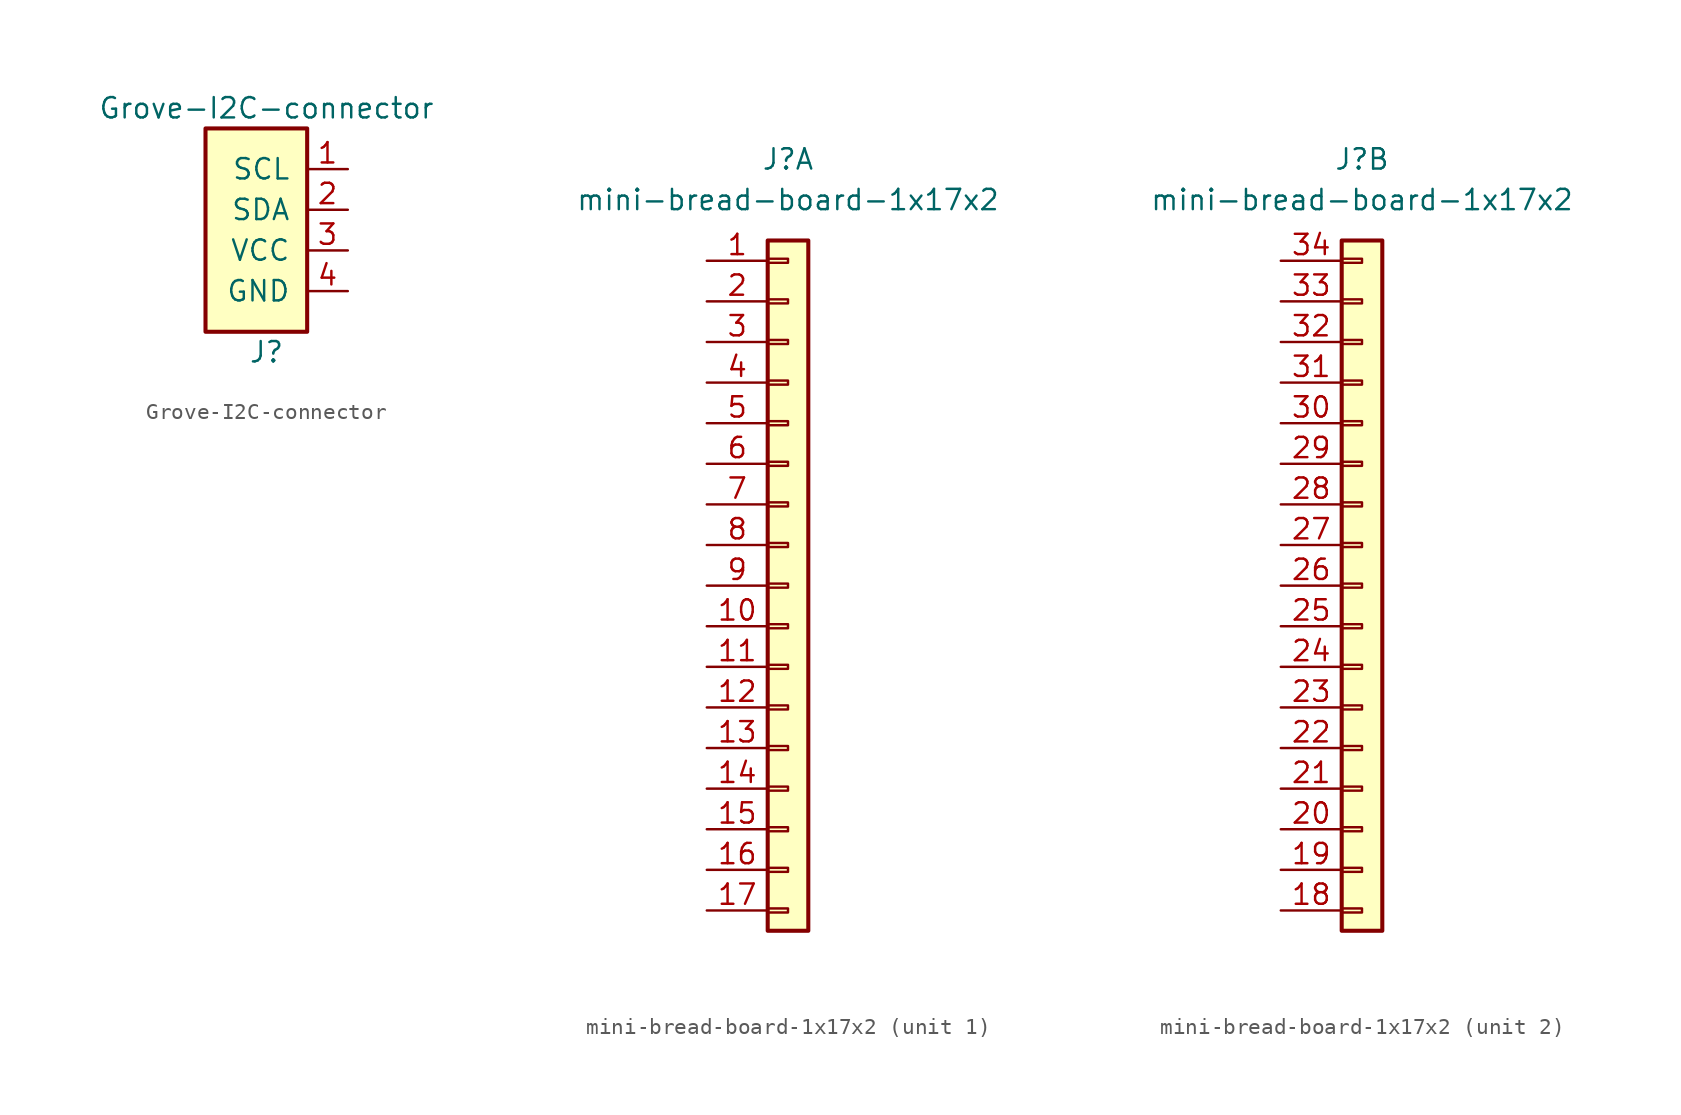
<source format=kicad_sym>
(kicad_symbol_lib
  (version 20211014)
  (generator kicad_symbol_editor)
  (symbol "Grove-I2C-connector"
    (pin_names
      (offset 1.016))
    (property "Reference" "J"
      (at 1.27 -7.62 0)
      (effects (font (size 1.27 1.27))))
    (property "Value" "Grove-I2C-connector"
      (at 1.27 7.62 0)
      (effects (font (size 1.27 1.27))))
    (symbol "Grove-I2C-connector_0_1"
      (rectangle (start -2.54 6.35) (end 3.81 -6.35) (stroke (width 0.254) (type default) (color 0 0 0 0)) (fill (type background))))
    (symbol "Grove-I2C-connector_1_1"
      (pin input line (at 6.35 3.81 180) (length 2.54) (name "SCL" (effects (font (size 1.27 1.27)))) (number "1" (effects (font (size 1.27 1.27)))))
      (pin input line (at 6.35 1.27 180) (length 2.54) (name "SDA" (effects (font (size 1.27 1.27)))) (number "2" (effects (font (size 1.27 1.27)))))
      (pin power_in line (at 6.35 -1.27 180) (length 2.54) (name "VCC" (effects (font (size 1.27 1.27)))) (number "3" (effects (font (size 1.27 1.27)))))
      (pin power_in line (at 6.35 -3.81 180) (length 2.54) (name "GND" (effects (font (size 1.27 1.27)))) (number "4" (effects (font (size 1.27 1.27)))))))
  (symbol "mini-bread-board-1x17x2"
    (pin_names hide)
    (property "Reference" "J"
      (at 0 26.67 0)
      (effects (font (size 1.27 1.27))))
    (property "Value" "mini-bread-board-1x17x2"
      (at 0 24.13 0)
      (effects (font (size 1.27 1.27))))
    (symbol "mini-bread-board-1x17x2_1_1"
      (rectangle (start -1.27 -20.193) (end 0 -20.447) (stroke (width 0.152) (type default) (color 0 0 0 0)) (fill (type none)))
      (rectangle (start -1.27 -17.653) (end 0 -17.907) (stroke (width 0.152) (type default) (color 0 0 0 0)) (fill (type none)))
      (rectangle (start -1.27 -15.113) (end 0 -15.367) (stroke (width 0.152) (type default) (color 0 0 0 0)) (fill (type none)))
      (rectangle (start -1.27 -12.573) (end 0 -12.827) (stroke (width 0.152) (type default) (color 0 0 0 0)) (fill (type none)))
      (rectangle (start -1.27 -10.033) (end 0 -10.287) (stroke (width 0.152) (type default) (color 0 0 0 0)) (fill (type none)))
      (rectangle (start -1.27 -7.493) (end 0 -7.747) (stroke (width 0.152) (type default) (color 0 0 0 0)) (fill (type none)))
      (rectangle (start -1.27 -4.953) (end 0 -5.207) (stroke (width 0.152) (type default) (color 0 0 0 0)) (fill (type none)))
      (rectangle (start -1.27 -2.413) (end 0 -2.667) (stroke (width 0.152) (type default) (color 0 0 0 0)) (fill (type none)))
      (rectangle (start -1.27 0.127) (end 0 -0.127) (stroke (width 0.152) (type default) (color 0 0 0 0)) (fill (type none)))
      (rectangle (start -1.27 2.667) (end 0 2.413) (stroke (width 0.152) (type default) (color 0 0 0 0)) (fill (type none)))
      (rectangle (start -1.27 5.207) (end 0 4.953) (stroke (width 0.152) (type default) (color 0 0 0 0)) (fill (type none)))
      (rectangle (start -1.27 7.747) (end 0 7.493) (stroke (width 0.152) (type default) (color 0 0 0 0)) (fill (type none)))
      (rectangle (start -1.27 10.287) (end 0 10.033) (stroke (width 0.152) (type default) (color 0 0 0 0)) (fill (type none)))
      (rectangle (start -1.27 12.827) (end 0 12.573) (stroke (width 0.152) (type default) (color 0 0 0 0)) (fill (type none)))
      (rectangle (start -1.27 15.367) (end 0 15.113) (stroke (width 0.152) (type default) (color 0 0 0 0)) (fill (type none)))
      (rectangle (start -1.27 17.907) (end 0 17.653) (stroke (width 0.152) (type default) (color 0 0 0 0)) (fill (type none)))
      (rectangle (start -1.27 20.447) (end 0 20.193) (stroke (width 0.152) (type default) (color 0 0 0 0)) (fill (type none)))
      (rectangle (start -1.27 21.59) (end 1.27 -21.59) (stroke (width 0.254) (type default) (color 0 0 0 0)) (fill (type background)))
      (pin passive line (at -5.08 20.32 0) (length 3.81) (name "Pin_18" (effects (font (size 1.27 1.27)))) (number "1" (effects (font (size 1.27 1.27)))))
      (pin passive line (at -5.08 -2.54 0) (length 3.81) (name "Pin_27" (effects (font (size 1.27 1.27)))) (number "10" (effects (font (size 1.27 1.27)))))
      (pin passive line (at -5.08 -5.08 0) (length 3.81) (name "Pin_28" (effects (font (size 1.27 1.27)))) (number "11" (effects (font (size 1.27 1.27)))))
      (pin passive line (at -5.08 -7.62 0) (length 3.81) (name "Pin_29" (effects (font (size 1.27 1.27)))) (number "12" (effects (font (size 1.27 1.27)))))
      (pin passive line (at -5.08 -10.16 0) (length 3.81) (name "Pin_30" (effects (font (size 1.27 1.27)))) (number "13" (effects (font (size 1.27 1.27)))))
      (pin passive line (at -5.08 -12.7 0) (length 3.81) (name "Pin_31" (effects (font (size 1.27 1.27)))) (number "14" (effects (font (size 1.27 1.27)))))
      (pin passive line (at -5.08 -15.24 0) (length 3.81) (name "Pin_32" (effects (font (size 1.27 1.27)))) (number "15" (effects (font (size 1.27 1.27)))))
      (pin passive line (at -5.08 -17.78 0) (length 3.81) (name "Pin_33" (effects (font (size 1.27 1.27)))) (number "16" (effects (font (size 1.27 1.27)))))
      (pin passive line (at -5.08 -20.32 0) (length 3.81) (name "Pin_34" (effects (font (size 1.27 1.27)))) (number "17" (effects (font (size 1.27 1.27)))))
      (pin passive line (at -5.08 17.78 0) (length 3.81) (name "Pin_19" (effects (font (size 1.27 1.27)))) (number "2" (effects (font (size 1.27 1.27)))))
      (pin passive line (at -5.08 15.24 0) (length 3.81) (name "Pin_20" (effects (font (size 1.27 1.27)))) (number "3" (effects (font (size 1.27 1.27)))))
      (pin passive line (at -5.08 12.7 0) (length 3.81) (name "Pin_21" (effects (font (size 1.27 1.27)))) (number "4" (effects (font (size 1.27 1.27)))))
      (pin passive line (at -5.08 10.16 0) (length 3.81) (name "Pin_22" (effects (font (size 1.27 1.27)))) (number "5" (effects (font (size 1.27 1.27)))))
      (pin passive line (at -5.08 7.62 0) (length 3.81) (name "Pin_23" (effects (font (size 1.27 1.27)))) (number "6" (effects (font (size 1.27 1.27)))))
      (pin passive line (at -5.08 5.08 0) (length 3.81) (name "Pin_24" (effects (font (size 1.27 1.27)))) (number "7" (effects (font (size 1.27 1.27)))))
      (pin passive line (at -5.08 2.54 0) (length 3.81) (name "Pin_25" (effects (font (size 1.27 1.27)))) (number "8" (effects (font (size 1.27 1.27)))))
      (pin passive line (at -5.08 0 0) (length 3.81) (name "Pin_26" (effects (font (size 1.27 1.27)))) (number "9" (effects (font (size 1.27 1.27))))))
    (symbol "mini-bread-board-1x17x2_2_1"
      (rectangle (start 0 -20.193) (end -1.27 -20.447) (stroke (width 0.152) (type default) (color 0 0 0 0)) (fill (type none)))
      (rectangle (start 0 -17.653) (end -1.27 -17.907) (stroke (width 0.152) (type default) (color 0 0 0 0)) (fill (type none)))
      (rectangle (start 0 -15.113) (end -1.27 -15.367) (stroke (width 0.152) (type default) (color 0 0 0 0)) (fill (type none)))
      (rectangle (start 0 -12.573) (end -1.27 -12.827) (stroke (width 0.152) (type default) (color 0 0 0 0)) (fill (type none)))
      (rectangle (start 0 -10.033) (end -1.27 -10.287) (stroke (width 0.152) (type default) (color 0 0 0 0)) (fill (type none)))
      (rectangle (start 0 -7.493) (end -1.27 -7.747) (stroke (width 0.152) (type default) (color 0 0 0 0)) (fill (type none)))
      (rectangle (start 0 -4.953) (end -1.27 -5.207) (stroke (width 0.152) (type default) (color 0 0 0 0)) (fill (type none)))
      (rectangle (start 0 -2.413) (end -1.27 -2.667) (stroke (width 0.152) (type default) (color 0 0 0 0)) (fill (type none)))
      (rectangle (start 0 0.127) (end -1.27 -0.127) (stroke (width 0.152) (type default) (color 0 0 0 0)) (fill (type none)))
      (rectangle (start 0 2.667) (end -1.27 2.413) (stroke (width 0.152) (type default) (color 0 0 0 0)) (fill (type none)))
      (rectangle (start 0 5.207) (end -1.27 4.953) (stroke (width 0.152) (type default) (color 0 0 0 0)) (fill (type none)))
      (rectangle (start 0 7.747) (end -1.27 7.493) (stroke (width 0.152) (type default) (color 0 0 0 0)) (fill (type none)))
      (rectangle (start 0 10.287) (end -1.27 10.033) (stroke (width 0.152) (type default) (color 0 0 0 0)) (fill (type none)))
      (rectangle (start 0 12.827) (end -1.27 12.573) (stroke (width 0.152) (type default) (color 0 0 0 0)) (fill (type none)))
      (rectangle (start 0 15.367) (end -1.27 15.113) (stroke (width 0.152) (type default) (color 0 0 0 0)) (fill (type none)))
      (rectangle (start 0 17.907) (end -1.27 17.653) (stroke (width 0.152) (type default) (color 0 0 0 0)) (fill (type none)))
      (rectangle (start 0 20.447) (end -1.27 20.193) (stroke (width 0.152) (type default) (color 0 0 0 0)) (fill (type none)))
      (rectangle (start 1.27 21.59) (end -1.27 -21.59) (stroke (width 0.254) (type default) (color 0 0 0 0)) (fill (type background)))
      (pin passive line (at -5.08 -20.32 0) (length 3.81) (name "Pin_18" (effects (font (size 1.27 1.27)))) (number "18" (effects (font (size 1.27 1.27)))))
      (pin passive line (at -5.08 -17.78 0) (length 3.81) (name "Pin_19" (effects (font (size 1.27 1.27)))) (number "19" (effects (font (size 1.27 1.27)))))
      (pin passive line (at -5.08 -15.24 0) (length 3.81) (name "Pin_20" (effects (font (size 1.27 1.27)))) (number "20" (effects (font (size 1.27 1.27)))))
      (pin passive line (at -5.08 -12.7 0) (length 3.81) (name "Pin_21" (effects (font (size 1.27 1.27)))) (number "21" (effects (font (size 1.27 1.27)))))
      (pin passive line (at -5.08 -10.16 0) (length 3.81) (name "Pin_22" (effects (font (size 1.27 1.27)))) (number "22" (effects (font (size 1.27 1.27)))))
      (pin passive line (at -5.08 -7.62 0) (length 3.81) (name "Pin_23" (effects (font (size 1.27 1.27)))) (number "23" (effects (font (size 1.27 1.27)))))
      (pin passive line (at -5.08 -5.08 0) (length 3.81) (name "Pin_24" (effects (font (size 1.27 1.27)))) (number "24" (effects (font (size 1.27 1.27)))))
      (pin passive line (at -5.08 -2.54 0) (length 3.81) (name "Pin_25" (effects (font (size 1.27 1.27)))) (number "25" (effects (font (size 1.27 1.27)))))
      (pin passive line (at -5.08 0 0) (length 3.81) (name "Pin_26" (effects (font (size 1.27 1.27)))) (number "26" (effects (font (size 1.27 1.27)))))
      (pin passive line (at -5.08 2.54 0) (length 3.81) (name "Pin_27" (effects (font (size 1.27 1.27)))) (number "27" (effects (font (size 1.27 1.27)))))
      (pin passive line (at -5.08 5.08 0) (length 3.81) (name "Pin_28" (effects (font (size 1.27 1.27)))) (number "28" (effects (font (size 1.27 1.27)))))
      (pin passive line (at -5.08 7.62 0) (length 3.81) (name "Pin_29" (effects (font (size 1.27 1.27)))) (number "29" (effects (font (size 1.27 1.27)))))
      (pin passive line (at -5.08 10.16 0) (length 3.81) (name "Pin_30" (effects (font (size 1.27 1.27)))) (number "30" (effects (font (size 1.27 1.27)))))
      (pin passive line (at -5.08 12.7 0) (length 3.81) (name "Pin_31" (effects (font (size 1.27 1.27)))) (number "31" (effects (font (size 1.27 1.27)))))
      (pin passive line (at -5.08 15.24 0) (length 3.81) (name "Pin_32" (effects (font (size 1.27 1.27)))) (number "32" (effects (font (size 1.27 1.27)))))
      (pin passive line (at -5.08 17.78 0) (length 3.81) (name "Pin_33" (effects (font (size 1.27 1.27)))) (number "33" (effects (font (size 1.27 1.27)))))
      (pin passive line (at -5.08 20.32 0) (length 3.81) (name "Pin_34" (effects (font (size 1.27 1.27)))) (number "34" (effects (font (size 1.27 1.27))))))))
</source>
